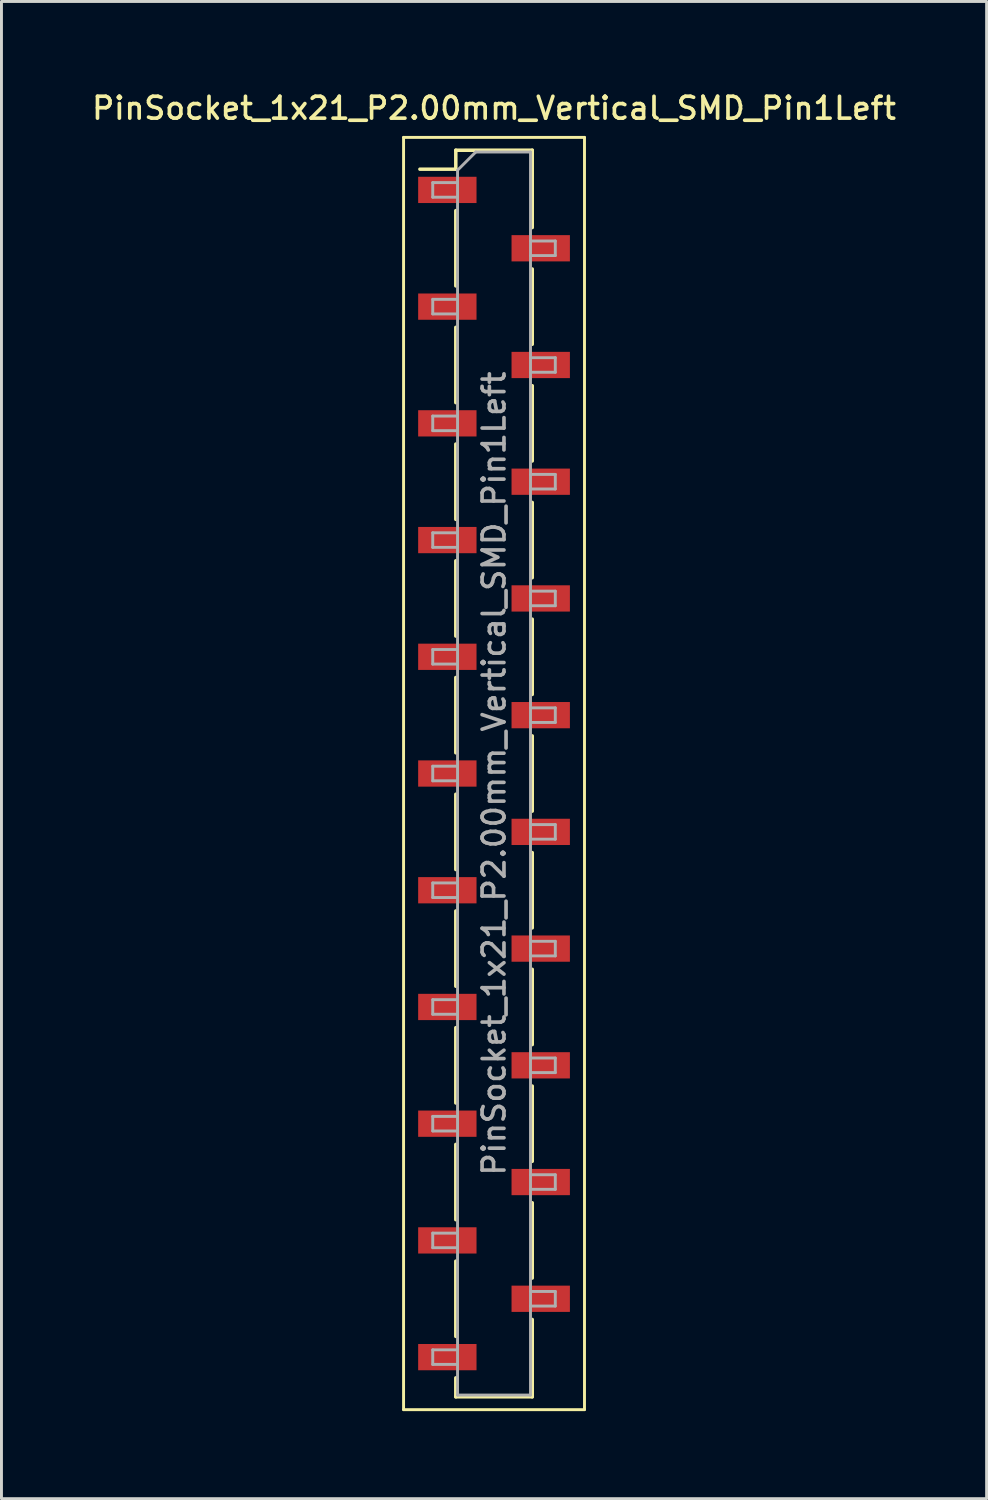
<source format=kicad_pcb>
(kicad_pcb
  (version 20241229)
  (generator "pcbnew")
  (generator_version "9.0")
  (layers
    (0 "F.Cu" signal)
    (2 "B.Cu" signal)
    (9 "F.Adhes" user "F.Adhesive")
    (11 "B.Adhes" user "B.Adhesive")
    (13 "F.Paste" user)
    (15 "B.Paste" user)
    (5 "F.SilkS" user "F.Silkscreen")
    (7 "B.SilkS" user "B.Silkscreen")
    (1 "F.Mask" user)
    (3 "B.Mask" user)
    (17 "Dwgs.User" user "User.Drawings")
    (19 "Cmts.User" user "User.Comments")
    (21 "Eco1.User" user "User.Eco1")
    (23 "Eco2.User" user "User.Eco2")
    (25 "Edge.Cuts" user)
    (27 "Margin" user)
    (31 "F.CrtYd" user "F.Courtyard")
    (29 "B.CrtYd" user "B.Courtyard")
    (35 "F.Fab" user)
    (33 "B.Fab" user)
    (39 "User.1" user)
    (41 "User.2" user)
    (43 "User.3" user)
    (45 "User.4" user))
  (footprint "PinSocket_1x21_P2.00mm_Vertical_SMD_Pin1Left"
    (layer "F.Cu")
    (at 13.88 23.458)
    (property "Reference" "PinSocket_1x21_P2.00mm_Vertical_SMD_Pin1Left" (at 0 -22.8 0) (layer "F.SilkS") (effects (font (size 0.75 0.75) (thickness 0.125))))
    (attr smd)
    (fp_line (start -3.1 -21.8) (end 3.1 -21.8) (stroke (width 0.1) (type solid)) (layer "F.SilkS"))
    (fp_line (start -3.1 21.8) (end -3.1 -21.8) (stroke (width 0.1) (type solid)) (layer "F.SilkS"))
    (fp_line (start -2.54 -20.71) (end -1.31 -20.71) (stroke (width 0.12) (type solid)) (layer "F.SilkS"))
    (fp_line (start -1.31 -21.36) (end -1.31 -20.71) (stroke (width 0.12) (type solid)) (layer "F.SilkS"))
    (fp_line (start -1.31 -21.36) (end 1.31 -21.36) (stroke (width 0.12) (type solid)) (layer "F.SilkS"))
    (fp_line (start -1.31 -19.29) (end -1.31 -16.71) (stroke (width 0.12) (type solid)) (layer "F.SilkS"))
    (fp_line (start -1.31 -15.29) (end -1.31 -12.71) (stroke (width 0.12) (type solid)) (layer "F.SilkS"))
    (fp_line (start -1.31 -11.29) (end -1.31 -8.71) (stroke (width 0.12) (type solid)) (layer "F.SilkS"))
    (fp_line (start -1.31 -7.29) (end -1.31 -4.71) (stroke (width 0.12) (type solid)) (layer "F.SilkS"))
    (fp_line (start -1.31 -3.29) (end -1.31 -0.71) (stroke (width 0.12) (type solid)) (layer "F.SilkS"))
    (fp_line (start -1.31 0.71) (end -1.31 3.29) (stroke (width 0.12) (type solid)) (layer "F.SilkS"))
    (fp_line (start -1.31 4.71) (end -1.31 7.29) (stroke (width 0.12) (type solid)) (layer "F.SilkS"))
    (fp_line (start -1.31 8.71) (end -1.31 11.29) (stroke (width 0.12) (type solid)) (layer "F.SilkS"))
    (fp_line (start -1.31 12.71) (end -1.31 15.29) (stroke (width 0.12) (type solid)) (layer "F.SilkS"))
    (fp_line (start -1.31 16.71) (end -1.31 19.29) (stroke (width 0.12) (type solid)) (layer "F.SilkS"))
    (fp_line (start -1.31 20.71) (end -1.31 21.36) (stroke (width 0.12) (type solid)) (layer "F.SilkS"))
    (fp_line (start -1.31 21.36) (end 1.31 21.36) (stroke (width 0.12) (type solid)) (layer "F.SilkS"))
    (fp_line (start 1.31 -21.36) (end 1.31 -18.71) (stroke (width 0.12) (type solid)) (layer "F.SilkS"))
    (fp_line (start 1.31 -17.29) (end 1.31 -14.71) (stroke (width 0.12) (type solid)) (layer "F.SilkS"))
    (fp_line (start 1.31 -13.29) (end 1.31 -10.71) (stroke (width 0.12) (type solid)) (layer "F.SilkS"))
    (fp_line (start 1.31 -9.29) (end 1.31 -6.71) (stroke (width 0.12) (type solid)) (layer "F.SilkS"))
    (fp_line (start 1.31 -5.29) (end 1.31 -2.71) (stroke (width 0.12) (type solid)) (layer "F.SilkS"))
    (fp_line (start 1.31 -1.29) (end 1.31 1.29) (stroke (width 0.12) (type solid)) (layer "F.SilkS"))
    (fp_line (start 1.31 2.71) (end 1.31 5.29) (stroke (width 0.12) (type solid)) (layer "F.SilkS"))
    (fp_line (start 1.31 6.71) (end 1.31 9.29) (stroke (width 0.12) (type solid)) (layer "F.SilkS"))
    (fp_line (start 1.31 10.71) (end 1.31 13.29) (stroke (width 0.12) (type solid)) (layer "F.SilkS"))
    (fp_line (start 1.31 14.71) (end 1.31 17.29) (stroke (width 0.12) (type solid)) (layer "F.SilkS"))
    (fp_line (start 1.31 18.71) (end 1.31 21.36) (stroke (width 0.12) (type solid)) (layer "F.SilkS"))
    (fp_line (start 3.1 -21.8) (end 3.1 21.8) (stroke (width 0.1) (type solid)) (layer "F.SilkS"))
    (fp_line (start 3.1 21.8) (end -3.1 21.8) (stroke (width 0.1) (type solid)) (layer "F.SilkS"))
    (fp_line (start -2.1 -20.25) (end -1.25 -20.25) (stroke (width 0.1) (type solid)) (layer "F.Fab"))
    (fp_line (start -2.1 -19.75) (end -2.1 -20.25) (stroke (width 0.1) (type solid)) (layer "F.Fab"))
    (fp_line (start -2.1 -16.25) (end -1.25 -16.25) (stroke (width 0.1) (type solid)) (layer "F.Fab"))
    (fp_line (start -2.1 -15.75) (end -2.1 -16.25) (stroke (width 0.1) (type solid)) (layer "F.Fab"))
    (fp_line (start -2.1 -12.25) (end -1.25 -12.25) (stroke (width 0.1) (type solid)) (layer "F.Fab"))
    (fp_line (start -2.1 -11.75) (end -2.1 -12.25) (stroke (width 0.1) (type solid)) (layer "F.Fab"))
    (fp_line (start -2.1 -8.25) (end -1.25 -8.25) (stroke (width 0.1) (type solid)) (layer "F.Fab"))
    (fp_line (start -2.1 -7.75) (end -2.1 -8.25) (stroke (width 0.1) (type solid)) (layer "F.Fab"))
    (fp_line (start -2.1 -4.25) (end -1.25 -4.25) (stroke (width 0.1) (type solid)) (layer "F.Fab"))
    (fp_line (start -2.1 -3.75) (end -2.1 -4.25) (stroke (width 0.1) (type solid)) (layer "F.Fab"))
    (fp_line (start -2.1 -0.25) (end -1.25 -0.25) (stroke (width 0.1) (type solid)) (layer "F.Fab"))
    (fp_line (start -2.1 0.25) (end -2.1 -0.25) (stroke (width 0.1) (type solid)) (layer "F.Fab"))
    (fp_line (start -2.1 3.75) (end -1.25 3.75) (stroke (width 0.1) (type solid)) (layer "F.Fab"))
    (fp_line (start -2.1 4.25) (end -2.1 3.75) (stroke (width 0.1) (type solid)) (layer "F.Fab"))
    (fp_line (start -2.1 7.75) (end -1.25 7.75) (stroke (width 0.1) (type solid)) (layer "F.Fab"))
    (fp_line (start -2.1 8.25) (end -2.1 7.75) (stroke (width 0.1) (type solid)) (layer "F.Fab"))
    (fp_line (start -2.1 11.75) (end -1.25 11.75) (stroke (width 0.1) (type solid)) (layer "F.Fab"))
    (fp_line (start -2.1 12.25) (end -2.1 11.75) (stroke (width 0.1) (type solid)) (layer "F.Fab"))
    (fp_line (start -2.1 15.75) (end -1.25 15.75) (stroke (width 0.1) (type solid)) (layer "F.Fab"))
    (fp_line (start -2.1 16.25) (end -2.1 15.75) (stroke (width 0.1) (type solid)) (layer "F.Fab"))
    (fp_line (start -2.1 19.75) (end -1.25 19.75) (stroke (width 0.1) (type solid)) (layer "F.Fab"))
    (fp_line (start -2.1 20.25) (end -2.1 19.75) (stroke (width 0.1) (type solid)) (layer "F.Fab"))
    (fp_line (start -1.25 -20.675) (end -0.625 -21.3) (stroke (width 0.1) (type solid)) (layer "F.Fab"))
    (fp_line (start -1.25 -19.75) (end -2.1 -19.75) (stroke (width 0.1) (type solid)) (layer "F.Fab"))
    (fp_line (start -1.25 -15.75) (end -2.1 -15.75) (stroke (width 0.1) (type solid)) (layer "F.Fab"))
    (fp_line (start -1.25 -11.75) (end -2.1 -11.75) (stroke (width 0.1) (type solid)) (layer "F.Fab"))
    (fp_line (start -1.25 -7.75) (end -2.1 -7.75) (stroke (width 0.1) (type solid)) (layer "F.Fab"))
    (fp_line (start -1.25 -3.75) (end -2.1 -3.75) (stroke (width 0.1) (type solid)) (layer "F.Fab"))
    (fp_line (start -1.25 0.25) (end -2.1 0.25) (stroke (width 0.1) (type solid)) (layer "F.Fab"))
    (fp_line (start -1.25 4.25) (end -2.1 4.25) (stroke (width 0.1) (type solid)) (layer "F.Fab"))
    (fp_line (start -1.25 8.25) (end -2.1 8.25) (stroke (width 0.1) (type solid)) (layer "F.Fab"))
    (fp_line (start -1.25 12.25) (end -2.1 12.25) (stroke (width 0.1) (type solid)) (layer "F.Fab"))
    (fp_line (start -1.25 16.25) (end -2.1 16.25) (stroke (width 0.1) (type solid)) (layer "F.Fab"))
    (fp_line (start -1.25 20.25) (end -2.1 20.25) (stroke (width 0.1) (type solid)) (layer "F.Fab"))
    (fp_line (start -1.25 21.3) (end -1.25 -20.675) (stroke (width 0.1) (type solid)) (layer "F.Fab"))
    (fp_line (start -0.625 -21.3) (end 1.25 -21.3) (stroke (width 0.1) (type solid)) (layer "F.Fab"))
    (fp_line (start 1.25 -21.3) (end 1.25 21.3) (stroke (width 0.1) (type solid)) (layer "F.Fab"))
    (fp_line (start 1.25 -18.25) (end 2.1 -18.25) (stroke (width 0.1) (type solid)) (layer "F.Fab"))
    (fp_line (start 1.25 -14.25) (end 2.1 -14.25) (stroke (width 0.1) (type solid)) (layer "F.Fab"))
    (fp_line (start 1.25 -10.25) (end 2.1 -10.25) (stroke (width 0.1) (type solid)) (layer "F.Fab"))
    (fp_line (start 1.25 -6.25) (end 2.1 -6.25) (stroke (width 0.1) (type solid)) (layer "F.Fab"))
    (fp_line (start 1.25 -2.25) (end 2.1 -2.25) (stroke (width 0.1) (type solid)) (layer "F.Fab"))
    (fp_line (start 1.25 1.75) (end 2.1 1.75) (stroke (width 0.1) (type solid)) (layer "F.Fab"))
    (fp_line (start 1.25 5.75) (end 2.1 5.75) (stroke (width 0.1) (type solid)) (layer "F.Fab"))
    (fp_line (start 1.25 9.75) (end 2.1 9.75) (stroke (width 0.1) (type solid)) (layer "F.Fab"))
    (fp_line (start 1.25 13.75) (end 2.1 13.75) (stroke (width 0.1) (type solid)) (layer "F.Fab"))
    (fp_line (start 1.25 17.75) (end 2.1 17.75) (stroke (width 0.1) (type solid)) (layer "F.Fab"))
    (fp_line (start 1.25 21.3) (end -1.25 21.3) (stroke (width 0.1) (type solid)) (layer "F.Fab"))
    (fp_line (start 2.1 -18.25) (end 2.1 -17.75) (stroke (width 0.1) (type solid)) (layer "F.Fab"))
    (fp_line (start 2.1 -17.75) (end 1.25 -17.75) (stroke (width 0.1) (type solid)) (layer "F.Fab"))
    (fp_line (start 2.1 -14.25) (end 2.1 -13.75) (stroke (width 0.1) (type solid)) (layer "F.Fab"))
    (fp_line (start 2.1 -13.75) (end 1.25 -13.75) (stroke (width 0.1) (type solid)) (layer "F.Fab"))
    (fp_line (start 2.1 -10.25) (end 2.1 -9.75) (stroke (width 0.1) (type solid)) (layer "F.Fab"))
    (fp_line (start 2.1 -9.75) (end 1.25 -9.75) (stroke (width 0.1) (type solid)) (layer "F.Fab"))
    (fp_line (start 2.1 -6.25) (end 2.1 -5.75) (stroke (width 0.1) (type solid)) (layer "F.Fab"))
    (fp_line (start 2.1 -5.75) (end 1.25 -5.75) (stroke (width 0.1) (type solid)) (layer "F.Fab"))
    (fp_line (start 2.1 -2.25) (end 2.1 -1.75) (stroke (width 0.1) (type solid)) (layer "F.Fab"))
    (fp_line (start 2.1 -1.75) (end 1.25 -1.75) (stroke (width 0.1) (type solid)) (layer "F.Fab"))
    (fp_line (start 2.1 1.75) (end 2.1 2.25) (stroke (width 0.1) (type solid)) (layer "F.Fab"))
    (fp_line (start 2.1 2.25) (end 1.25 2.25) (stroke (width 0.1) (type solid)) (layer "F.Fab"))
    (fp_line (start 2.1 5.75) (end 2.1 6.25) (stroke (width 0.1) (type solid)) (layer "F.Fab"))
    (fp_line (start 2.1 6.25) (end 1.25 6.25) (stroke (width 0.1) (type solid)) (layer "F.Fab"))
    (fp_line (start 2.1 9.75) (end 2.1 10.25) (stroke (width 0.1) (type solid)) (layer "F.Fab"))
    (fp_line (start 2.1 10.25) (end 1.25 10.25) (stroke (width 0.1) (type solid)) (layer "F.Fab"))
    (fp_line (start 2.1 13.75) (end 2.1 14.25) (stroke (width 0.1) (type solid)) (layer "F.Fab"))
    (fp_line (start 2.1 14.25) (end 1.25 14.25) (stroke (width 0.1) (type solid)) (layer "F.Fab"))
    (fp_line (start 2.1 17.75) (end 2.1 18.25) (stroke (width 0.1) (type solid)) (layer "F.Fab"))
    (fp_line (start 2.1 18.25) (end 1.25 18.25) (stroke (width 0.1) (type solid)) (layer "F.Fab"))
    (fp_text user "${REFERENCE}" (at 0 0 90) (layer "F.Fab") (effects (font (size 0.75 0.75) (thickness 0.125))))
    (pad "1" smd rect (at -1.6 -20) (size 2 0.9) (layers "F.Cu" "F.Mask" "F.Paste"))
    (pad "2" smd rect (at 1.6 -18) (size 2 0.9) (layers "F.Cu" "F.Mask" "F.Paste"))
    (pad "3" smd rect (at -1.6 -16) (size 2 0.9) (layers "F.Cu" "F.Mask" "F.Paste"))
    (pad "4" smd rect (at 1.6 -14) (size 2 0.9) (layers "F.Cu" "F.Mask" "F.Paste"))
    (pad "5" smd rect (at -1.6 -12) (size 2 0.9) (layers "F.Cu" "F.Mask" "F.Paste"))
    (pad "6" smd rect (at 1.6 -10) (size 2 0.9) (layers "F.Cu" "F.Mask" "F.Paste"))
    (pad "7" smd rect (at -1.6 -8) (size 2 0.9) (layers "F.Cu" "F.Mask" "F.Paste"))
    (pad "8" smd rect (at 1.6 -6) (size 2 0.9) (layers "F.Cu" "F.Mask" "F.Paste"))
    (pad "9" smd rect (at -1.6 -4) (size 2 0.9) (layers "F.Cu" "F.Mask" "F.Paste"))
    (pad "10" smd rect (at 1.6 -2) (size 2 0.9) (layers "F.Cu" "F.Mask" "F.Paste"))
    (pad "11" smd rect (at -1.6 0) (size 2 0.9) (layers "F.Cu" "F.Mask" "F.Paste"))
    (pad "12" smd rect (at 1.6 2) (size 2 0.9) (layers "F.Cu" "F.Mask" "F.Paste"))
    (pad "13" smd rect (at -1.6 4) (size 2 0.9) (layers "F.Cu" "F.Mask" "F.Paste"))
    (pad "14" smd rect (at 1.6 6) (size 2 0.9) (layers "F.Cu" "F.Mask" "F.Paste"))
    (pad "15" smd rect (at -1.6 8) (size 2 0.9) (layers "F.Cu" "F.Mask" "F.Paste"))
    (pad "16" smd rect (at 1.6 10) (size 2 0.9) (layers "F.Cu" "F.Mask" "F.Paste"))
    (pad "17" smd rect (at -1.6 12) (size 2 0.9) (layers "F.Cu" "F.Mask" "F.Paste"))
    (pad "18" smd rect (at 1.6 14) (size 2 0.9) (layers "F.Cu" "F.Mask" "F.Paste"))
    (pad "19" smd rect (at -1.6 16) (size 2 0.9) (layers "F.Cu" "F.Mask" "F.Paste"))
    (pad "20" smd rect (at 1.6 18) (size 2 0.9) (layers "F.Cu" "F.Mask" "F.Paste"))
    (pad "21" smd rect (at -1.6 20) (size 2 0.9) (layers "F.Cu" "F.Mask" "F.Paste")))
  (gr_rect
    (start -3 -3)
    (end 30.761 48.308)
    (stroke (width 0.1) (type default))
    (fill no)
    (layer "Edge.Cuts")))
</source>
